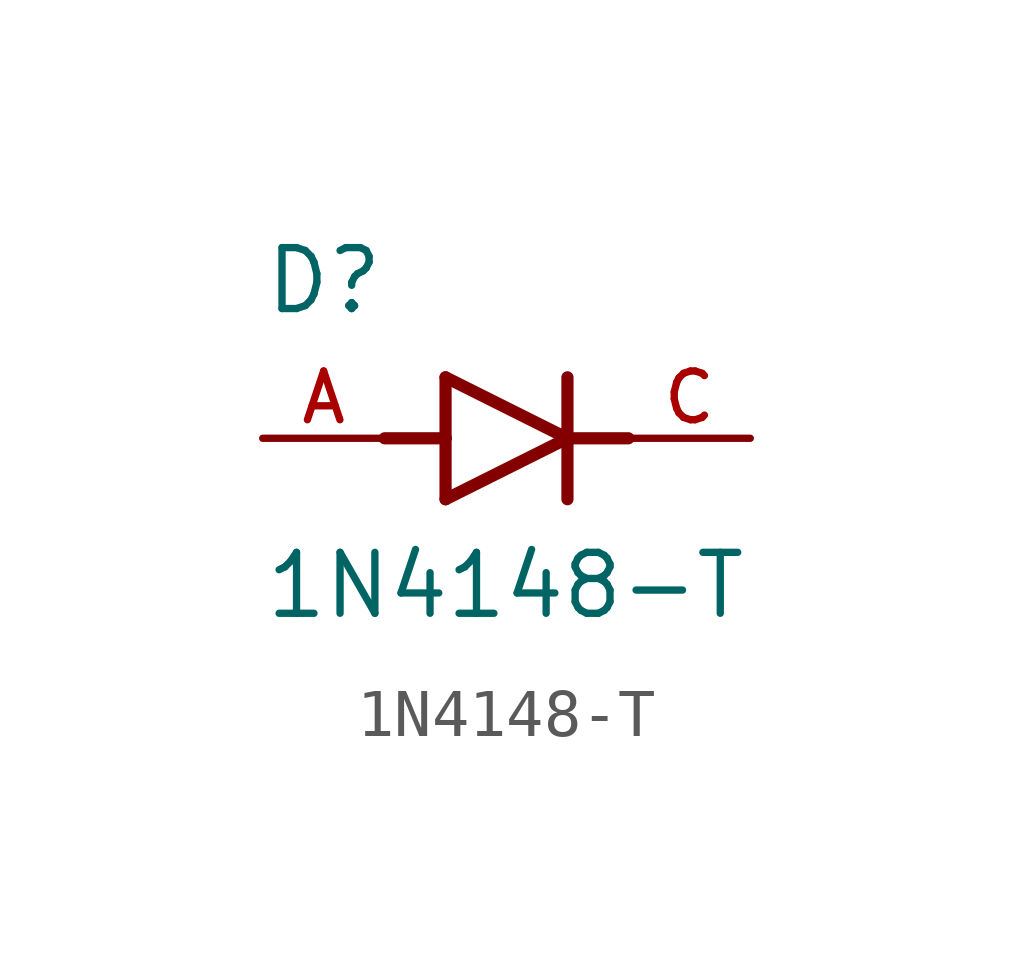
<source format=kicad_sym>
(kicad_symbol_lib
  (version 20211014)
  (generator kicad_symbol_editor)
  (symbol "1N4148-T"
    (pin_names
      (offset 1.016))
    (property "Reference" "D"
      (at -5.08 2.54 0)
      (effects (font (size 1.27 1.27)) (justify bottom left)))
    (property "Value" "1N4148-T"
      (at -5.08 -3.81 0)
      (effects (font (size 1.27 1.27)) (justify bottom left)))
    (symbol "1N4148-T_0_0"
      (polyline (pts (xy -1.27 -1.27) (xy 1.27 0.0)) (stroke (width 0.254)))
      (polyline (pts (xy 1.27 0.0) (xy -1.27 1.27)) (stroke (width 0.254)))
      (polyline (pts (xy 1.27 1.27) (xy 1.27 0.0)) (stroke (width 0.254)))
      (polyline (pts (xy -1.27 1.27) (xy -1.27 0.0)) (stroke (width 0.254)))
      (polyline (pts (xy -1.27 0.0) (xy -1.27 -1.27)) (stroke (width 0.254)))
      (polyline (pts (xy 1.27 0.0) (xy 1.27 -1.27)) (stroke (width 0.254)))
      (polyline (pts (xy -2.54 0.0) (xy -1.27 0.0)) (stroke (width 0.254)))
      (polyline (pts (xy 1.27 0.0) (xy 2.54 0.0)) (stroke (width 0.254)))
      (pin passive line (at -5.08 0.0 0) (length 2.54) (name "~" (effects (font (size 1.016 1.016)))) (number "A" (effects (font (size 1.016 1.016)))))
      (pin passive line (at 5.08 0.0 180.0) (length 2.54) (name "~" (effects (font (size 1.016 1.016)))) (number "C" (effects (font (size 1.016 1.016))))))))
</source>
